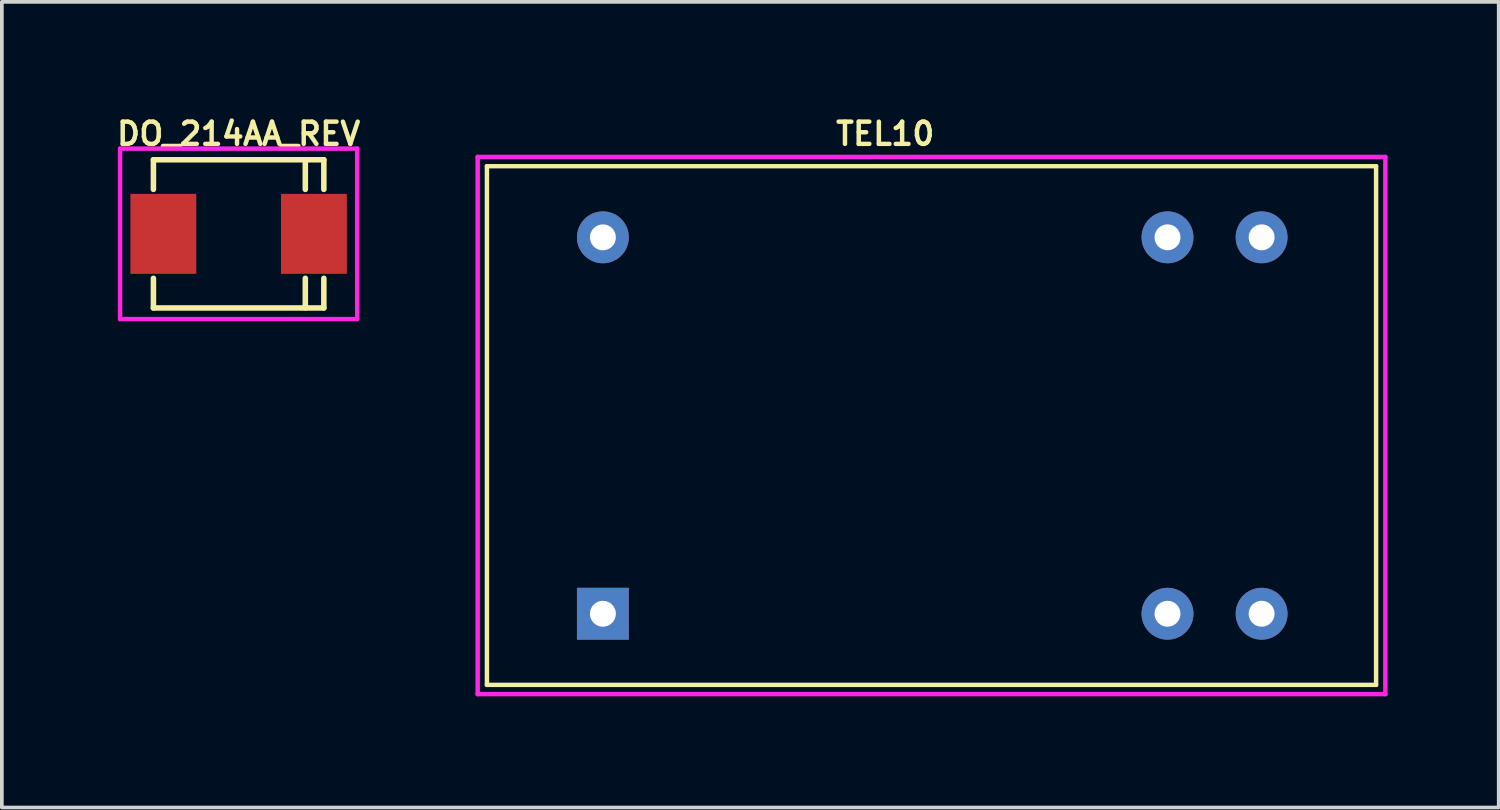
<source format=kicad_pcb>
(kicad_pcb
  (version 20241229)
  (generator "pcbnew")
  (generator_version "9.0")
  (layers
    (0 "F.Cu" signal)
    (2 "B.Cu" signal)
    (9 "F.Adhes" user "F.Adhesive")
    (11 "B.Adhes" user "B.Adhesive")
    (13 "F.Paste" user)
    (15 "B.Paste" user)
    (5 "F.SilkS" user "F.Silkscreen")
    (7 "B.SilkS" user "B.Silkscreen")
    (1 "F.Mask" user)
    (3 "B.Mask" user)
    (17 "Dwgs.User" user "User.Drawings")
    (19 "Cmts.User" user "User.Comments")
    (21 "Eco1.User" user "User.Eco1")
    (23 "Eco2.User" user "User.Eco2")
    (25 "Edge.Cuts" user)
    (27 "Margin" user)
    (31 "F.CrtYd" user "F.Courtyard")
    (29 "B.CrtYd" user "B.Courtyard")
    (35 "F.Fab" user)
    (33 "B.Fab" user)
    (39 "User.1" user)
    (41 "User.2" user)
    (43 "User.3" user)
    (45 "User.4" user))
  (footprint "TEL10"
    (layer "F.Cu")
    (at 20.843 8.436)
    (property "Reference" "TEL10" (at 0 -7.874 0) (layer "F.SilkS") (effects (font (size 0.6 0.6) (thickness 0.12))))
    (attr through_hole)
    (fp_line (start -10.75 -7) (end -10.75 7) (stroke (width 0.12) (type solid)) (layer "F.SilkS"))
    (fp_line (start -10.75 7) (end 13.25 7) (stroke (width 0.12) (type solid)) (layer "F.SilkS"))
    (fp_line (start 13.25 -7) (end -10.75 -7) (stroke (width 0.12) (type solid)) (layer "F.SilkS"))
    (fp_line (start 13.25 7) (end 13.25 -7) (stroke (width 0.12) (type solid)) (layer "F.SilkS"))
    (fp_line (start -11 -7.25) (end 13.5 -7.25) (stroke (width 0.12) (type solid)) (layer "F.CrtYd"))
    (fp_line (start -11 7.25) (end -11 -7.25) (stroke (width 0.12) (type solid)) (layer "F.CrtYd"))
    (fp_line (start 13.5 -7.25) (end 13.5 7.25) (stroke (width 0.12) (type solid)) (layer "F.CrtYd"))
    (fp_line (start 13.5 7.25) (end -11 7.25) (stroke (width 0.12) (type solid)) (layer "F.CrtYd"))
    (pad "1" thru_hole rect (at -7.62 5.08) (size 1.4 1.4) (drill 0.7) (layers "*.Cu" "*.Mask"))
    (pad "7" thru_hole circle (at 7.62 5.08) (size 1.4 1.4) (drill 0.7) (layers "*.Cu" "*.Mask"))
    (pad "8" thru_hole circle (at 10.16 5.08) (size 1.4 1.4) (drill 0.7) (layers "*.Cu" "*.Mask"))
    (pad "9" thru_hole circle (at 10.16 -5.08) (size 1.4 1.4) (drill 0.7) (layers "*.Cu" "*.Mask"))
    (pad "10" thru_hole circle (at 7.62 -5.08) (size 1.4 1.4) (drill 0.7) (layers "*.Cu" "*.Mask"))
    (pad "16" thru_hole circle (at -7.62 -5.08) (size 1.4 1.4) (drill 0.7) (layers "*.Cu" "*.Mask")))
  (footprint "DO_214AA_REV"
    (layer "F.Cu")
    (at 3.391 3.262)
    (property "Reference" "DO_214AA_REV" (at 0 -2.7 0) (layer "F.SilkS") (effects (font (size 0.6 0.6) (thickness 0.12))))
    (attr smd)
    (fp_line (start -2.3 -2) (end 2.3 -2) (stroke (width 0.15) (type solid)) (layer "F.SilkS"))
    (fp_line (start -2.3 -1.2) (end -2.3 -2) (stroke (width 0.15) (type solid)) (layer "F.SilkS"))
    (fp_line (start -2.3 1.2) (end -2.3 2) (stroke (width 0.15) (type solid)) (layer "F.SilkS"))
    (fp_line (start -2.3 2) (end 2.3 2) (stroke (width 0.15) (type solid)) (layer "F.SilkS"))
    (fp_line (start 1.8 -2) (end 1.8 -1.2) (stroke (width 0.15) (type solid)) (layer "F.SilkS"))
    (fp_line (start 1.8 2) (end 1.8 1.2) (stroke (width 0.15) (type solid)) (layer "F.SilkS"))
    (fp_line (start 2.3 -2) (end 2.3 -1.2) (stroke (width 0.15) (type solid)) (layer "F.SilkS"))
    (fp_line (start 2.3 2) (end 2.3 1.2) (stroke (width 0.15) (type solid)) (layer "F.SilkS"))
    (fp_line (start -3.2 -2.3) (end 3.2 -2.3) (stroke (width 0.12) (type solid)) (layer "F.CrtYd"))
    (fp_line (start -3.2 2.3) (end -3.2 -2.3) (stroke (width 0.12) (type solid)) (layer "F.CrtYd"))
    (fp_line (start 3.2 -2.3) (end 3.2 2.3) (stroke (width 0.12) (type solid)) (layer "F.CrtYd"))
    (fp_line (start 3.2 2.3) (end -3.2 2.3) (stroke (width 0.12) (type solid)) (layer "F.CrtYd"))
    (pad "1" smd rect (at 2.032 0) (size 1.778 2.159) (layers "F.Cu" "F.Mask" "F.Paste"))
    (pad "2" smd rect (at -2.032 0) (size 1.778 2.159) (layers "F.Cu" "F.Mask" "F.Paste")))
  (gr_rect
    (start -3 -3)
    (end 37.403 18.746)
    (stroke (width 0.1) (type default))
    (fill no)
    (layer "Edge.Cuts")))
</source>
